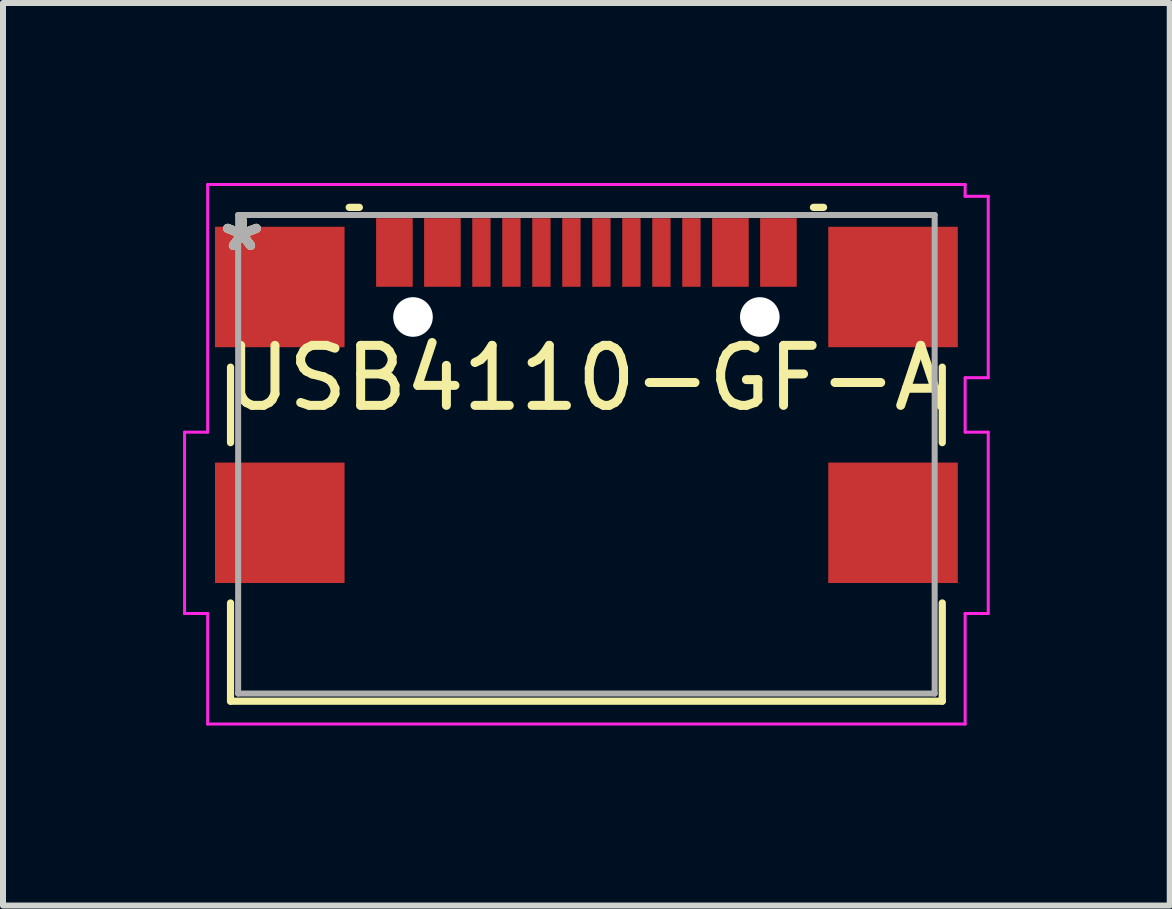
<source format=kicad_pcb>
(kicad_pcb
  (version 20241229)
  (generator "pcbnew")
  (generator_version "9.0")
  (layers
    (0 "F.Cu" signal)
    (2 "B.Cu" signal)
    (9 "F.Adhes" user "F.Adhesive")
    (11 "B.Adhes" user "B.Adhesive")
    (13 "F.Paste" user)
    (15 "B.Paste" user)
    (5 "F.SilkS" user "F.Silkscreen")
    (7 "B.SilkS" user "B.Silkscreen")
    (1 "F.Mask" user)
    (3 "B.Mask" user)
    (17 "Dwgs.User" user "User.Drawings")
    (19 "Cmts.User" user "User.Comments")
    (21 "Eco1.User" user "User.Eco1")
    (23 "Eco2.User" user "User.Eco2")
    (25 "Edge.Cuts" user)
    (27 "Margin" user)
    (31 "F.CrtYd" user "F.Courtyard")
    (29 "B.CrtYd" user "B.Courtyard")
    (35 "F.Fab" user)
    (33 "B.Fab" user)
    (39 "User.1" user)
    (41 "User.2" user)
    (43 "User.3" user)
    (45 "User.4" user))
  (footprint "USB4110-GF-A"
    (layer "F.Cu")
    (at 6.723 4.521)
    (property "Reference" "USB4110-GF-A" (at 0 -1.27 0) (layer "F.SilkS") (effects (font (size 1 1) (thickness 0.15))))
    (attr through_hole)
    (fp_line (start -5.931 -1.452) (end -5.931 -0.194) (stroke (width 0.12) (type solid)) (layer "F.SilkS"))
    (fp_line (start -5.931 2.478) (end -5.931 4.115) (stroke (width 0.12) (type solid)) (layer "F.SilkS"))
    (fp_line (start -5.931 4.115) (end 5.931 4.115) (stroke (width 0.12) (type solid)) (layer "F.SilkS"))
    (fp_line (start -3.784 -4.115) (end -3.953 -4.115) (stroke (width 0.12) (type solid)) (layer "F.SilkS"))
    (fp_line (start 3.953 -4.115) (end 3.784 -4.115) (stroke (width 0.12) (type solid)) (layer "F.SilkS"))
    (fp_line (start 5.931 -0.194) (end 5.931 -1.452) (stroke (width 0.12) (type solid)) (layer "F.SilkS"))
    (fp_line (start 5.931 4.115) (end 5.931 2.478) (stroke (width 0.12) (type solid)) (layer "F.SilkS"))
    (fp_line (start -6.697 -0.369) (end -6.697 2.654) (stroke (width 0.05) (type solid)) (layer "F.CrtYd"))
    (fp_line (start -6.697 2.654) (end -6.312 2.654) (stroke (width 0.05) (type solid)) (layer "F.CrtYd"))
    (fp_line (start -6.312 -4.496) (end -6.312 -0.369) (stroke (width 0.05) (type solid)) (layer "F.CrtYd"))
    (fp_line (start -6.312 -0.369) (end -6.697 -0.369) (stroke (width 0.05) (type solid)) (layer "F.CrtYd"))
    (fp_line (start -6.312 2.654) (end -6.312 4.496) (stroke (width 0.05) (type solid)) (layer "F.CrtYd"))
    (fp_line (start -6.312 4.496) (end 6.312 4.496) (stroke (width 0.05) (type solid)) (layer "F.CrtYd"))
    (fp_line (start 6.312 -4.496) (end -6.312 -4.496) (stroke (width 0.05) (type solid)) (layer "F.CrtYd"))
    (fp_line (start 6.312 -4.299) (end 6.312 -4.496) (stroke (width 0.05) (type solid)) (layer "F.CrtYd"))
    (fp_line (start 6.312 -1.276) (end 6.697 -1.276) (stroke (width 0.05) (type solid)) (layer "F.CrtYd"))
    (fp_line (start 6.312 -0.369) (end 6.312 -1.276) (stroke (width 0.05) (type solid)) (layer "F.CrtYd"))
    (fp_line (start 6.312 2.654) (end 6.697 2.654) (stroke (width 0.05) (type solid)) (layer "F.CrtYd"))
    (fp_line (start 6.312 4.496) (end 6.312 2.654) (stroke (width 0.05) (type solid)) (layer "F.CrtYd"))
    (fp_line (start 6.697 -4.299) (end 6.312 -4.299) (stroke (width 0.05) (type solid)) (layer "F.CrtYd"))
    (fp_line (start 6.697 -1.276) (end 6.697 -4.299) (stroke (width 0.05) (type solid)) (layer "F.CrtYd"))
    (fp_line (start 6.697 -0.369) (end 6.312 -0.369) (stroke (width 0.05) (type solid)) (layer "F.CrtYd"))
    (fp_line (start 6.697 2.654) (end 6.697 -0.369) (stroke (width 0.05) (type solid)) (layer "F.CrtYd"))
    (fp_line (start -5.804 -3.988) (end -5.804 3.988) (stroke (width 0.1) (type solid)) (layer "F.Fab"))
    (fp_line (start -5.804 3.988) (end 5.804 3.988) (stroke (width 0.1) (type solid)) (layer "F.Fab"))
    (fp_line (start 0 -3.988) (end 0 -3.988) (stroke (width 0.1) (type solid)) (layer "F.Fab"))
    (fp_line (start 0 -3.988) (end 0 -3.988) (stroke (width 0.1) (type solid)) (layer "F.Fab"))
    (fp_line (start 0 -3.988) (end 0 -3.988) (stroke (width 0.1) (type solid)) (layer "F.Fab"))
    (fp_line (start 0 -3.988) (end 0 -3.988) (stroke (width 0.1) (type solid)) (layer "F.Fab"))
    (fp_line (start 5.804 -3.988) (end -5.804 -3.988) (stroke (width 0.1) (type solid)) (layer "F.Fab"))
    (fp_line (start 5.804 3.988) (end 5.804 -3.988) (stroke (width 0.1) (type solid)) (layer "F.Fab"))
    (fp_text user "*" (at -5.74 -3.363 0) (layer "F.SilkS") (effects (font (size 1 1) (thickness 0.15))))
    (fp_text user "*" (at -5.74 -3.363 0) (layer "F.SilkS") (effects (font (size 1 1) (thickness 0.15))))
    (fp_text user "*" (at -5.74 -3.363 0) (layer "F.Fab") (effects (font (size 1 1) (thickness 0.15))))
    (fp_text user "*" (at -5.74 -3.363 0) (layer "F.Fab") (effects (font (size 1 1) (thickness 0.15))))
    (pad "" np_thru_hole circle (at -2.89 -2.288) (size 0.66 0.66) (drill 0.66) (layers "*.Cu" "*.Mask"))
    (pad "" np_thru_hole circle (at 2.89 -2.288) (size 0.66 0.66) (drill 0.66) (layers "*.Cu" "*.Mask"))
    (pad "A1" smd rect (at -3.2 -3.363) (size 0.61 1.143) (layers "F.Cu" "F.Mask" "F.Paste"))
    (pad "A4" smd rect (at -2.4 -3.363) (size 0.61 1.143) (layers "F.Cu" "F.Mask" "F.Paste"))
    (pad "A5" smd rect (at -1.25 -3.363) (size 0.305 1.143) (layers "F.Cu" "F.Mask" "F.Paste"))
    (pad "A6" smd rect (at -0.25 -3.363) (size 0.305 1.143) (layers "F.Cu" "F.Mask" "F.Paste"))
    (pad "A7" smd rect (at 0.25 -3.363) (size 0.305 1.143) (layers "F.Cu" "F.Mask" "F.Paste"))
    (pad "A8" smd rect (at 1.25 -3.363) (size 0.305 1.143) (layers "F.Cu" "F.Mask" "F.Paste"))
    (pad "A9" smd rect (at 2.4 -3.363) (size 0.61 1.143) (layers "F.Cu" "F.Mask" "F.Paste"))
    (pad "A12" smd rect (at 3.2 -3.363) (size 0.61 1.143) (layers "F.Cu" "F.Mask" "F.Paste"))
    (pad "B5" smd rect (at 1.75 -3.363) (size 0.305 1.143) (layers "F.Cu" "F.Mask" "F.Paste"))
    (pad "B6" smd rect (at 0.75 -3.363) (size 0.305 1.143) (layers "F.Cu" "F.Mask" "F.Paste"))
    (pad "B7" smd rect (at -0.75 -3.363) (size 0.305 1.143) (layers "F.Cu" "F.Mask" "F.Paste"))
    (pad "B8" smd rect (at -1.75 -3.363) (size 0.305 1.143) (layers "F.Cu" "F.Mask" "F.Paste"))
    (pad "S1" smd rect (at -5.11 -2.788) (size 2.159 2.007) (layers "F.Cu" "F.Mask" "F.Paste"))
    (pad "S1" smd rect (at -5.11 1.142) (size 2.159 2.007) (layers "F.Cu" "F.Mask" "F.Paste"))
    (pad "S1" smd rect (at 5.11 -2.788) (size 2.159 2.007) (layers "F.Cu" "F.Mask" "F.Paste"))
    (pad "S1" smd rect (at 5.11 1.142) (size 2.159 2.007) (layers "F.Cu" "F.Mask" "F.Paste")))
  (gr_rect
    (start -3 -3)
    (end 16.445 12.042)
    (stroke (width 0.1) (type default))
    (fill no)
    (layer "Edge.Cuts")))
</source>
